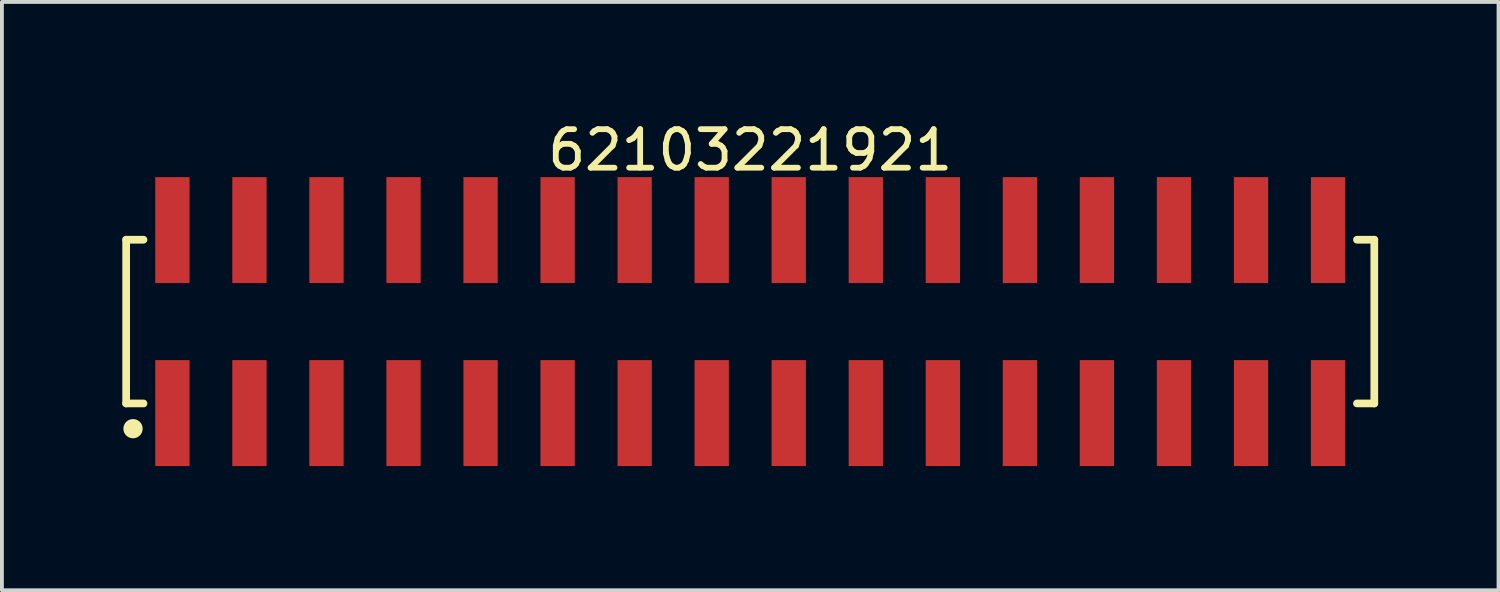
<source format=kicad_pcb>
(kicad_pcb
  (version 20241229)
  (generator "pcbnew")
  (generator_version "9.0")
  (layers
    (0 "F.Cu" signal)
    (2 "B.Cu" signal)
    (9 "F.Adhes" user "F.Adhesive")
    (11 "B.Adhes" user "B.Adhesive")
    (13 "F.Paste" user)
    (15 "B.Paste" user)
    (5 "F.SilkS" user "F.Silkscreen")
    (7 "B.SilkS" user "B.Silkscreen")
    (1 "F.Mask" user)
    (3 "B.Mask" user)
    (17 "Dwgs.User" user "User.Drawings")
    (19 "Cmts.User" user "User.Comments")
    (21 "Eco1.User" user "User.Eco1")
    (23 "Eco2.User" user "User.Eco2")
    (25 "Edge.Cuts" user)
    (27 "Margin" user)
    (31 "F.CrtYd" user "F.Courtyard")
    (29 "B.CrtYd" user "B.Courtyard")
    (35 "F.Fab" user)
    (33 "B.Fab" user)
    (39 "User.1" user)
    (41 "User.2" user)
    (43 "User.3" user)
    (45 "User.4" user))
  (footprint "62103221921"
    (layer "F.Cu")
    (at 16.425 5.298)
    (property "Reference" "62103221921" (at 0 -4.45 0) (layer "F.SilkS") (effects (font (size 1 1) (thickness 0.15))))
    (fp_line (start -16.2 -2.125) (end -15.75 -2.125) (stroke (width 0.2) (type solid)) (layer "F.SilkS"))
    (fp_line (start -16.2 2.125) (end -16.2 -2.125) (stroke (width 0.2) (type solid)) (layer "F.SilkS"))
    (fp_line (start -16.2 2.125) (end -15.75 2.125) (stroke (width 0.2) (type solid)) (layer "F.SilkS"))
    (fp_line (start 15.75 -2.125) (end 16.2 -2.125) (stroke (width 0.2) (type solid)) (layer "F.SilkS"))
    (fp_line (start 15.75 2.125) (end 16.2 2.125) (stroke (width 0.2) (type solid)) (layer "F.SilkS"))
    (fp_line (start 16.2 2.125) (end 16.2 -2.125) (stroke (width 0.2) (type solid)) (layer "F.SilkS"))
    (fp_circle (center -16.022 2.78) (end -16.022 2.655) (stroke (width 0.25) (type solid)) (fill no) (layer "F.SilkS"))
    (fp_line (start -16.4 -3.95) (end 16.4 -3.95) (stroke (width 0.05) (type solid)) (layer "Eco2.User"))
    (fp_line (start -16.4 3.95) (end -16.4 -3.95) (stroke (width 0.05) (type solid)) (layer "Eco2.User"))
    (fp_line (start -16.4 3.95) (end 16.4 3.95) (stroke (width 0.05) (type solid)) (layer "Eco2.User"))
    (fp_line (start -16 -2) (end 16 -2) (stroke (width 0.1) (type solid)) (layer "Eco2.User"))
    (fp_line (start -16 2) (end -16 -2) (stroke (width 0.1) (type solid)) (layer "Eco2.User"))
    (fp_line (start -16 2) (end 16 2) (stroke (width 0.1) (type solid)) (layer "Eco2.User"))
    (fp_line (start -15.25 -3.1) (end -14.75 -3.1) (stroke (width 0.1) (type solid)) (layer "Eco2.User"))
    (fp_line (start -15.25 -2) (end -15.25 -3.1) (stroke (width 0.1) (type solid)) (layer "Eco2.User"))
    (fp_line (start -15.25 3.1) (end -15.25 2) (stroke (width 0.1) (type solid)) (layer "Eco2.User"))
    (fp_line (start -15.25 3.1) (end -14.75 3.1) (stroke (width 0.1) (type solid)) (layer "Eco2.User"))
    (fp_line (start -14.75 -2) (end -14.75 -3.1) (stroke (width 0.1) (type solid)) (layer "Eco2.User"))
    (fp_line (start -14.75 3.1) (end -14.75 2) (stroke (width 0.1) (type solid)) (layer "Eco2.User"))
    (fp_line (start -13.25 -3.1) (end -12.75 -3.1) (stroke (width 0.1) (type solid)) (layer "Eco2.User"))
    (fp_line (start -13.25 -2) (end -13.25 -3.1) (stroke (width 0.1) (type solid)) (layer "Eco2.User"))
    (fp_line (start -13.25 3.1) (end -13.25 2) (stroke (width 0.1) (type solid)) (layer "Eco2.User"))
    (fp_line (start -13.25 3.1) (end -12.75 3.1) (stroke (width 0.1) (type solid)) (layer "Eco2.User"))
    (fp_line (start -12.75 -2) (end -12.75 -3.1) (stroke (width 0.1) (type solid)) (layer "Eco2.User"))
    (fp_line (start -12.75 3.1) (end -12.75 2) (stroke (width 0.1) (type solid)) (layer "Eco2.User"))
    (fp_line (start -11.25 -3.1) (end -10.75 -3.1) (stroke (width 0.1) (type solid)) (layer "Eco2.User"))
    (fp_line (start -11.25 -2) (end -11.25 -3.1) (stroke (width 0.1) (type solid)) (layer "Eco2.User"))
    (fp_line (start -11.25 3.1) (end -11.25 2) (stroke (width 0.1) (type solid)) (layer "Eco2.User"))
    (fp_line (start -11.25 3.1) (end -10.75 3.1) (stroke (width 0.1) (type solid)) (layer "Eco2.User"))
    (fp_line (start -10.75 -2) (end -10.75 -3.1) (stroke (width 0.1) (type solid)) (layer "Eco2.User"))
    (fp_line (start -10.75 3.1) (end -10.75 2) (stroke (width 0.1) (type solid)) (layer "Eco2.User"))
    (fp_line (start -9.25 -3.1) (end -8.75 -3.1) (stroke (width 0.1) (type solid)) (layer "Eco2.User"))
    (fp_line (start -9.25 -2) (end -9.25 -3.1) (stroke (width 0.1) (type solid)) (layer "Eco2.User"))
    (fp_line (start -9.25 3.1) (end -9.25 2) (stroke (width 0.1) (type solid)) (layer "Eco2.User"))
    (fp_line (start -9.25 3.1) (end -8.75 3.1) (stroke (width 0.1) (type solid)) (layer "Eco2.User"))
    (fp_line (start -8.75 -2) (end -8.75 -3.1) (stroke (width 0.1) (type solid)) (layer "Eco2.User"))
    (fp_line (start -8.75 3.1) (end -8.75 2) (stroke (width 0.1) (type solid)) (layer "Eco2.User"))
    (fp_line (start -7.25 -3.1) (end -6.75 -3.1) (stroke (width 0.1) (type solid)) (layer "Eco2.User"))
    (fp_line (start -7.25 -2) (end -7.25 -3.1) (stroke (width 0.1) (type solid)) (layer "Eco2.User"))
    (fp_line (start -7.25 3.1) (end -7.25 2) (stroke (width 0.1) (type solid)) (layer "Eco2.User"))
    (fp_line (start -7.25 3.1) (end -6.75 3.1) (stroke (width 0.1) (type solid)) (layer "Eco2.User"))
    (fp_line (start -6.75 -2) (end -6.75 -3.1) (stroke (width 0.1) (type solid)) (layer "Eco2.User"))
    (fp_line (start -6.75 3.1) (end -6.75 2) (stroke (width 0.1) (type solid)) (layer "Eco2.User"))
    (fp_line (start -5.25 -3.1) (end -4.75 -3.1) (stroke (width 0.1) (type solid)) (layer "Eco2.User"))
    (fp_line (start -5.25 -2) (end -5.25 -3.1) (stroke (width 0.1) (type solid)) (layer "Eco2.User"))
    (fp_line (start -5.25 3.1) (end -5.25 2) (stroke (width 0.1) (type solid)) (layer "Eco2.User"))
    (fp_line (start -5.25 3.1) (end -4.75 3.1) (stroke (width 0.1) (type solid)) (layer "Eco2.User"))
    (fp_line (start -4.75 -2) (end -4.75 -3.1) (stroke (width 0.1) (type solid)) (layer "Eco2.User"))
    (fp_line (start -4.75 3.1) (end -4.75 2) (stroke (width 0.1) (type solid)) (layer "Eco2.User"))
    (fp_line (start -3.25 -3.1) (end -2.75 -3.1) (stroke (width 0.1) (type solid)) (layer "Eco2.User"))
    (fp_line (start -3.25 -2) (end -3.25 -3.1) (stroke (width 0.1) (type solid)) (layer "Eco2.User"))
    (fp_line (start -3.25 3.1) (end -3.25 2) (stroke (width 0.1) (type solid)) (layer "Eco2.User"))
    (fp_line (start -3.25 3.1) (end -2.75 3.1) (stroke (width 0.1) (type solid)) (layer "Eco2.User"))
    (fp_line (start -2.75 -2) (end -2.75 -3.1) (stroke (width 0.1) (type solid)) (layer "Eco2.User"))
    (fp_line (start -2.75 3.1) (end -2.75 2) (stroke (width 0.1) (type solid)) (layer "Eco2.User"))
    (fp_line (start -1.25 -3.1) (end -0.75 -3.1) (stroke (width 0.1) (type solid)) (layer "Eco2.User"))
    (fp_line (start -1.25 -2) (end -1.25 -3.1) (stroke (width 0.1) (type solid)) (layer "Eco2.User"))
    (fp_line (start -1.25 3.1) (end -1.25 2) (stroke (width 0.1) (type solid)) (layer "Eco2.User"))
    (fp_line (start -1.25 3.1) (end -0.75 3.1) (stroke (width 0.1) (type solid)) (layer "Eco2.User"))
    (fp_line (start -0.75 -2) (end -0.75 -3.1) (stroke (width 0.1) (type solid)) (layer "Eco2.User"))
    (fp_line (start -0.75 3.1) (end -0.75 2) (stroke (width 0.1) (type solid)) (layer "Eco2.User"))
    (fp_line (start -0.5 0) (end 0.5 0) (stroke (width 0.05) (type solid)) (layer "Eco2.User"))
    (fp_line (start 0 0.5) (end 0 -0.5) (stroke (width 0.05) (type solid)) (layer "Eco2.User"))
    (fp_line (start 0.75 -3.1) (end 1.25 -3.1) (stroke (width 0.1) (type solid)) (layer "Eco2.User"))
    (fp_line (start 0.75 -2) (end 0.75 -3.1) (stroke (width 0.1) (type solid)) (layer "Eco2.User"))
    (fp_line (start 0.75 3.1) (end 0.75 2) (stroke (width 0.1) (type solid)) (layer "Eco2.User"))
    (fp_line (start 0.75 3.1) (end 1.25 3.1) (stroke (width 0.1) (type solid)) (layer "Eco2.User"))
    (fp_line (start 1.25 -2) (end 1.25 -3.1) (stroke (width 0.1) (type solid)) (layer "Eco2.User"))
    (fp_line (start 1.25 3.1) (end 1.25 2) (stroke (width 0.1) (type solid)) (layer "Eco2.User"))
    (fp_line (start 2.75 -3.1) (end 3.25 -3.1) (stroke (width 0.1) (type solid)) (layer "Eco2.User"))
    (fp_line (start 2.75 -2) (end 2.75 -3.1) (stroke (width 0.1) (type solid)) (layer "Eco2.User"))
    (fp_line (start 2.75 3.1) (end 2.75 2) (stroke (width 0.1) (type solid)) (layer "Eco2.User"))
    (fp_line (start 2.75 3.1) (end 3.25 3.1) (stroke (width 0.1) (type solid)) (layer "Eco2.User"))
    (fp_line (start 3.25 -2) (end 3.25 -3.1) (stroke (width 0.1) (type solid)) (layer "Eco2.User"))
    (fp_line (start 3.25 3.1) (end 3.25 2) (stroke (width 0.1) (type solid)) (layer "Eco2.User"))
    (fp_line (start 4.75 -3.1) (end 5.25 -3.1) (stroke (width 0.1) (type solid)) (layer "Eco2.User"))
    (fp_line (start 4.75 -2) (end 4.75 -3.1) (stroke (width 0.1) (type solid)) (layer "Eco2.User"))
    (fp_line (start 4.75 3.1) (end 4.75 2) (stroke (width 0.1) (type solid)) (layer "Eco2.User"))
    (fp_line (start 4.75 3.1) (end 5.25 3.1) (stroke (width 0.1) (type solid)) (layer "Eco2.User"))
    (fp_line (start 5.25 -2) (end 5.25 -3.1) (stroke (width 0.1) (type solid)) (layer "Eco2.User"))
    (fp_line (start 5.25 3.1) (end 5.25 2) (stroke (width 0.1) (type solid)) (layer "Eco2.User"))
    (fp_line (start 6.75 -3.1) (end 7.25 -3.1) (stroke (width 0.1) (type solid)) (layer "Eco2.User"))
    (fp_line (start 6.75 -2) (end 6.75 -3.1) (stroke (width 0.1) (type solid)) (layer "Eco2.User"))
    (fp_line (start 6.75 3.1) (end 6.75 2) (stroke (width 0.1) (type solid)) (layer "Eco2.User"))
    (fp_line (start 6.75 3.1) (end 7.25 3.1) (stroke (width 0.1) (type solid)) (layer "Eco2.User"))
    (fp_line (start 7.25 -2) (end 7.25 -3.1) (stroke (width 0.1) (type solid)) (layer "Eco2.User"))
    (fp_line (start 7.25 3.1) (end 7.25 2) (stroke (width 0.1) (type solid)) (layer "Eco2.User"))
    (fp_line (start 8.75 -3.1) (end 9.25 -3.1) (stroke (width 0.1) (type solid)) (layer "Eco2.User"))
    (fp_line (start 8.75 -2) (end 8.75 -3.1) (stroke (width 0.1) (type solid)) (layer "Eco2.User"))
    (fp_line (start 8.75 3.1) (end 8.75 2) (stroke (width 0.1) (type solid)) (layer "Eco2.User"))
    (fp_line (start 8.75 3.1) (end 9.25 3.1) (stroke (width 0.1) (type solid)) (layer "Eco2.User"))
    (fp_line (start 9.25 -2) (end 9.25 -3.1) (stroke (width 0.1) (type solid)) (layer "Eco2.User"))
    (fp_line (start 9.25 3.1) (end 9.25 2) (stroke (width 0.1) (type solid)) (layer "Eco2.User"))
    (fp_line (start 10.75 -3.1) (end 11.25 -3.1) (stroke (width 0.1) (type solid)) (layer "Eco2.User"))
    (fp_line (start 10.75 -2) (end 10.75 -3.1) (stroke (width 0.1) (type solid)) (layer "Eco2.User"))
    (fp_line (start 10.75 3.1) (end 10.75 2) (stroke (width 0.1) (type solid)) (layer "Eco2.User"))
    (fp_line (start 10.75 3.1) (end 11.25 3.1) (stroke (width 0.1) (type solid)) (layer "Eco2.User"))
    (fp_line (start 11.25 -2) (end 11.25 -3.1) (stroke (width 0.1) (type solid)) (layer "Eco2.User"))
    (fp_line (start 11.25 3.1) (end 11.25 2) (stroke (width 0.1) (type solid)) (layer "Eco2.User"))
    (fp_line (start 12.75 -3.1) (end 13.25 -3.1) (stroke (width 0.1) (type solid)) (layer "Eco2.User"))
    (fp_line (start 12.75 -2) (end 12.75 -3.1) (stroke (width 0.1) (type solid)) (layer "Eco2.User"))
    (fp_line (start 12.75 3.1) (end 12.75 2) (stroke (width 0.1) (type solid)) (layer "Eco2.User"))
    (fp_line (start 12.75 3.1) (end 13.25 3.1) (stroke (width 0.1) (type solid)) (layer "Eco2.User"))
    (fp_line (start 13.25 -2) (end 13.25 -3.1) (stroke (width 0.1) (type solid)) (layer "Eco2.User"))
    (fp_line (start 13.25 3.1) (end 13.25 2) (stroke (width 0.1) (type solid)) (layer "Eco2.User"))
    (fp_line (start 14.75 -3.1) (end 15.25 -3.1) (stroke (width 0.1) (type solid)) (layer "Eco2.User"))
    (fp_line (start 14.75 -2) (end 14.75 -3.1) (stroke (width 0.1) (type solid)) (layer "Eco2.User"))
    (fp_line (start 14.75 3.1) (end 14.75 2) (stroke (width 0.1) (type solid)) (layer "Eco2.User"))
    (fp_line (start 14.75 3.1) (end 15.25 3.1) (stroke (width 0.1) (type solid)) (layer "Eco2.User"))
    (fp_line (start 15.25 -2) (end 15.25 -3.1) (stroke (width 0.1) (type solid)) (layer "Eco2.User"))
    (fp_line (start 15.25 3.1) (end 15.25 2) (stroke (width 0.1) (type solid)) (layer "Eco2.User"))
    (fp_line (start 16 2) (end 16 -2) (stroke (width 0.1) (type solid)) (layer "Eco2.User"))
    (fp_line (start 16.4 3.95) (end 16.4 -3.95) (stroke (width 0.05) (type solid)) (layer "Eco2.User"))
    (fp_text user "${REFERENCE}" (at 0.15 -0.197 0) (unlocked yes) (layer "User.3") (effects (font (size 1.5 1.5) (thickness 0.15))))
    (pad "1" smd rect (at -15 2.375) (size 0.89 2.75) (layers "F.Cu" "F.Mask" "F.Paste"))
    (pad "2" smd rect (at -15 -2.375) (size 0.89 2.75) (layers "F.Cu" "F.Mask" "F.Paste"))
    (pad "3" smd rect (at -13 2.375) (size 0.89 2.75) (layers "F.Cu" "F.Mask" "F.Paste"))
    (pad "4" smd rect (at -13 -2.375) (size 0.89 2.75) (layers "F.Cu" "F.Mask" "F.Paste"))
    (pad "5" smd rect (at -11 2.375) (size 0.89 2.75) (layers "F.Cu" "F.Mask" "F.Paste"))
    (pad "6" smd rect (at -11 -2.375) (size 0.89 2.75) (layers "F.Cu" "F.Mask" "F.Paste"))
    (pad "7" smd rect (at -9 2.375) (size 0.89 2.75) (layers "F.Cu" "F.Mask" "F.Paste"))
    (pad "8" smd rect (at -9 -2.375) (size 0.89 2.75) (layers "F.Cu" "F.Mask" "F.Paste"))
    (pad "9" smd rect (at -7 2.375) (size 0.89 2.75) (layers "F.Cu" "F.Mask" "F.Paste"))
    (pad "10" smd rect (at -7 -2.375) (size 0.89 2.75) (layers "F.Cu" "F.Mask" "F.Paste"))
    (pad "11" smd rect (at -5 2.375) (size 0.89 2.75) (layers "F.Cu" "F.Mask" "F.Paste"))
    (pad "12" smd rect (at -5 -2.375) (size 0.89 2.75) (layers "F.Cu" "F.Mask" "F.Paste"))
    (pad "13" smd rect (at -3 2.375) (size 0.89 2.75) (layers "F.Cu" "F.Mask" "F.Paste"))
    (pad "14" smd rect (at -3 -2.375) (size 0.89 2.75) (layers "F.Cu" "F.Mask" "F.Paste"))
    (pad "15" smd rect (at -1 2.375) (size 0.89 2.75) (layers "F.Cu" "F.Mask" "F.Paste"))
    (pad "16" smd rect (at -1 -2.375) (size 0.89 2.75) (layers "F.Cu" "F.Mask" "F.Paste"))
    (pad "17" smd rect (at 1 2.375) (size 0.89 2.75) (layers "F.Cu" "F.Mask" "F.Paste"))
    (pad "18" smd rect (at 1 -2.375) (size 0.89 2.75) (layers "F.Cu" "F.Mask" "F.Paste"))
    (pad "19" smd rect (at 3 2.375) (size 0.89 2.75) (layers "F.Cu" "F.Mask" "F.Paste"))
    (pad "20" smd rect (at 3 -2.375) (size 0.89 2.75) (layers "F.Cu" "F.Mask" "F.Paste"))
    (pad "21" smd rect (at 5 2.375) (size 0.89 2.75) (layers "F.Cu" "F.Mask" "F.Paste"))
    (pad "22" smd rect (at 5 -2.375) (size 0.89 2.75) (layers "F.Cu" "F.Mask" "F.Paste"))
    (pad "23" smd rect (at 7 2.375) (size 0.89 2.75) (layers "F.Cu" "F.Mask" "F.Paste"))
    (pad "24" smd rect (at 7 -2.375) (size 0.89 2.75) (layers "F.Cu" "F.Mask" "F.Paste"))
    (pad "25" smd rect (at 9 2.375) (size 0.89 2.75) (layers "F.Cu" "F.Mask" "F.Paste"))
    (pad "26" smd rect (at 9 -2.375) (size 0.89 2.75) (layers "F.Cu" "F.Mask" "F.Paste"))
    (pad "27" smd rect (at 11 2.375) (size 0.89 2.75) (layers "F.Cu" "F.Mask" "F.Paste"))
    (pad "28" smd rect (at 11 -2.375) (size 0.89 2.75) (layers "F.Cu" "F.Mask" "F.Paste"))
    (pad "29" smd rect (at 13 2.375) (size 0.89 2.75) (layers "F.Cu" "F.Mask" "F.Paste"))
    (pad "30" smd rect (at 13 -2.375) (size 0.89 2.75) (layers "F.Cu" "F.Mask" "F.Paste"))
    (pad "31" smd rect (at 15 2.375) (size 0.89 2.75) (layers "F.Cu" "F.Mask" "F.Paste"))
    (pad "32" smd rect (at 15 -2.375) (size 0.89 2.75) (layers "F.Cu" "F.Mask" "F.Paste")))
  (gr_rect
    (start -3 -3)
    (end 35.85 12.273)
    (stroke (width 0.1) (type default))
    (fill no)
    (layer "Edge.Cuts")))
</source>
